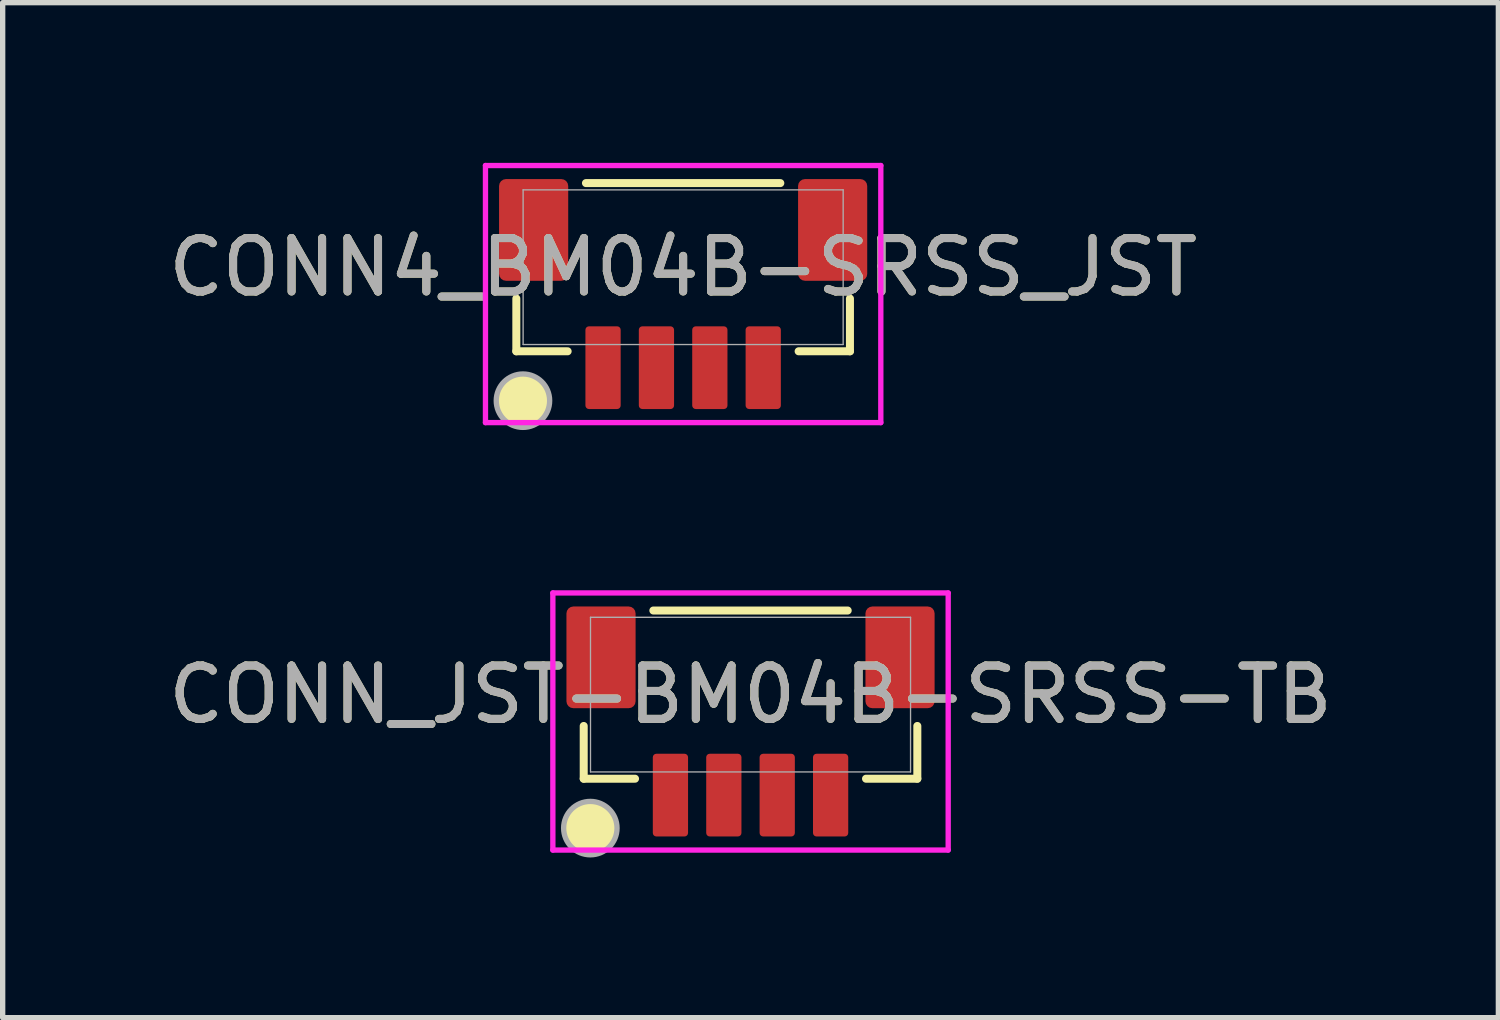
<source format=kicad_pcb>
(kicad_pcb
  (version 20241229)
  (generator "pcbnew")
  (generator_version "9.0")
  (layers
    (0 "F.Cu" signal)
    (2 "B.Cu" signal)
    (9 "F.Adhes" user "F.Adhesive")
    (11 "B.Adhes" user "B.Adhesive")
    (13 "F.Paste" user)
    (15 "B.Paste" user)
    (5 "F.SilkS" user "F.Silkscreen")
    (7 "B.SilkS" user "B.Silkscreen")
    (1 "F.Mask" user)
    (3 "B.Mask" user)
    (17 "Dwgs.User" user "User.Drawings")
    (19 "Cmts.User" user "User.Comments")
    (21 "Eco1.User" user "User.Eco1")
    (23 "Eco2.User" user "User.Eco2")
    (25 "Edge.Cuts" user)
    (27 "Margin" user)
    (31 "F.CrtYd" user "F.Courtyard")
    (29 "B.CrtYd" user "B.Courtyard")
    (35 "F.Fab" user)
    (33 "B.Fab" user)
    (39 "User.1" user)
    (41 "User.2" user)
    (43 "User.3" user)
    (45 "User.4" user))
  (footprint "CONN4_BM04B-SRSS_JST"
    (layer "F.Cu")
    (at 9.744 1.954)
    (property "Reference" "CONN4_BM04B-SRSS_JST" (at 0 0 0) (unlocked yes) (layer "F.SilkS") (effects (font (size 1 1) (thickness 0.15))))
    (attr smd)
    (fp_line (start -3.124 0.587) (end -3.124 1.575) (stroke (width 0.15) (type solid)) (layer "F.SilkS"))
    (fp_line (start -3.124 1.575) (end -2.163 1.575) (stroke (width 0.15) (type solid)) (layer "F.SilkS"))
    (fp_line (start 1.82 -1.575) (end -1.82 -1.575) (stroke (width 0.15) (type solid)) (layer "F.SilkS"))
    (fp_line (start 2.163 1.575) (end 3.124 1.575) (stroke (width 0.15) (type solid)) (layer "F.SilkS"))
    (fp_line (start 3.124 1.575) (end 3.124 0.587) (stroke (width 0.15) (type solid)) (layer "F.SilkS"))
    (fp_circle (center -3 2.5) (end -2.5 2.5) (stroke (width 0) (type solid)) (fill yes) (layer "F.SilkS"))
    (fp_line (start -3.702 -1.904) (end -3.702 2.911) (stroke (width 0.1) (type solid)) (layer "F.CrtYd"))
    (fp_line (start -3.702 2.911) (end 3.702 2.911) (stroke (width 0.1) (type solid)) (layer "F.CrtYd"))
    (fp_line (start 3.702 -1.904) (end -3.702 -1.904) (stroke (width 0.1) (type solid)) (layer "F.CrtYd"))
    (fp_line (start 3.702 2.911) (end 3.702 -1.904) (stroke (width 0.1) (type solid)) (layer "F.CrtYd"))
    (fp_line (start -2.997 -1.448) (end -2.997 1.448) (stroke (width 0.025) (type solid)) (layer "F.Fab"))
    (fp_line (start -2.997 1.448) (end 2.997 1.448) (stroke (width 0.025) (type solid)) (layer "F.Fab"))
    (fp_line (start 2.997 -1.448) (end -2.997 -1.448) (stroke (width 0.025) (type solid)) (layer "F.Fab"))
    (fp_line (start 2.997 1.448) (end 2.997 -1.448) (stroke (width 0.025) (type solid)) (layer "F.Fab"))
    (fp_circle (center -3 2.5) (end -2.5 2.5) (stroke (width 0.1) (type solid)) (fill no) (layer "F.Fab"))
    (fp_text user "${REFERENCE}" (at 0 0 0) (unlocked yes) (layer "F.Fab") (effects (font (size 1 1) (thickness 0.15))))
    (pad "1" smd roundrect (at -1.5 1.882) (size 0.66 1.549) (layers "F.Cu" "F.Mask" "F.Paste") (roundrect_rratio 0.1))
    (pad "2" smd roundrect (at -0.5 1.882) (size 0.66 1.549) (layers "F.Cu" "F.Mask" "F.Paste") (roundrect_rratio 0.1))
    (pad "3" smd roundrect (at 0.5 1.882) (size 0.66 1.549) (layers "F.Cu" "F.Mask" "F.Paste") (roundrect_rratio 0.1))
    (pad "4" smd roundrect (at 1.5 1.882) (size 0.66 1.549) (layers "F.Cu" "F.Mask" "F.Paste") (roundrect_rratio 0.1))
    (pad "5" smd roundrect (at -2.8 -0.698) (size 1.295 1.905) (layers "F.Cu" "F.Mask" "F.Paste") (roundrect_rratio 0.1))
    (pad "5" smd roundrect (at 2.8 -0.698) (size 1.295 1.905) (layers "F.Cu" "F.Mask" "F.Paste") (roundrect_rratio 0.1)))
  (footprint "CONN_JST-BM04B-SRSS-TB"
    (layer "F.Cu")
    (at 11.006 9.959)
    (property "Reference" "CONN_JST-BM04B-SRSS-TB" (at 0 0 0) (unlocked yes) (layer "F.SilkS") (effects (font (size 1 1) (thickness 0.15))))
    (attr smd)
    (fp_line (start -3.124 0.587) (end -3.124 1.575) (stroke (width 0.15) (type solid)) (layer "F.SilkS"))
    (fp_line (start -3.124 1.575) (end -2.163 1.575) (stroke (width 0.15) (type solid)) (layer "F.SilkS"))
    (fp_line (start 1.82 -1.575) (end -1.82 -1.575) (stroke (width 0.15) (type solid)) (layer "F.SilkS"))
    (fp_line (start 2.163 1.575) (end 3.124 1.575) (stroke (width 0.15) (type solid)) (layer "F.SilkS"))
    (fp_line (start 3.124 1.575) (end 3.124 0.587) (stroke (width 0.15) (type solid)) (layer "F.SilkS"))
    (fp_circle (center -3 2.5) (end -2.5 2.5) (stroke (width 0) (type solid)) (fill yes) (layer "F.SilkS"))
    (fp_line (start -3.702 -1.904) (end -3.702 2.911) (stroke (width 0.1) (type solid)) (layer "F.CrtYd"))
    (fp_line (start -3.702 2.911) (end 3.702 2.911) (stroke (width 0.1) (type solid)) (layer "F.CrtYd"))
    (fp_line (start 3.702 -1.904) (end -3.702 -1.904) (stroke (width 0.1) (type solid)) (layer "F.CrtYd"))
    (fp_line (start 3.702 2.911) (end 3.702 -1.904) (stroke (width 0.1) (type solid)) (layer "F.CrtYd"))
    (fp_line (start -2.997 -1.448) (end -2.997 1.448) (stroke (width 0.025) (type solid)) (layer "F.Fab"))
    (fp_line (start -2.997 1.448) (end 2.997 1.448) (stroke (width 0.025) (type solid)) (layer "F.Fab"))
    (fp_line (start 2.997 -1.448) (end -2.997 -1.448) (stroke (width 0.025) (type solid)) (layer "F.Fab"))
    (fp_line (start 2.997 1.448) (end 2.997 -1.448) (stroke (width 0.025) (type solid)) (layer "F.Fab"))
    (fp_circle (center -3 2.5) (end -2.5 2.5) (stroke (width 0.1) (type solid)) (fill no) (layer "F.Fab"))
    (fp_text user "${REFERENCE}" (at 0 0 0) (unlocked yes) (layer "F.Fab") (effects (font (size 1 1) (thickness 0.15))))
    (pad "1" smd roundrect (at -1.5 1.882) (size 0.66 1.549) (layers "F.Cu" "F.Mask" "F.Paste") (roundrect_rratio 0.1))
    (pad "2" smd roundrect (at -0.5 1.882) (size 0.66 1.549) (layers "F.Cu" "F.Mask" "F.Paste") (roundrect_rratio 0.1))
    (pad "3" smd roundrect (at 0.5 1.882) (size 0.66 1.549) (layers "F.Cu" "F.Mask" "F.Paste") (roundrect_rratio 0.1))
    (pad "4" smd roundrect (at 1.5 1.882) (size 0.66 1.549) (layers "F.Cu" "F.Mask" "F.Paste") (roundrect_rratio 0.1))
    (pad "5" smd roundrect (at -2.8 -0.698) (size 1.295 1.905) (layers "F.Cu" "F.Mask" "F.Paste") (roundrect_rratio 0.1))
    (pad "5" smd roundrect (at 2.8 -0.698) (size 1.295 1.905) (layers "F.Cu" "F.Mask" "F.Paste") (roundrect_rratio 0.1)))
  (gr_rect
    (start -3 -3)
    (end 25.012 16.009)
    (stroke (width 0.1) (type default))
    (fill no)
    (layer "Edge.Cuts")))
</source>
